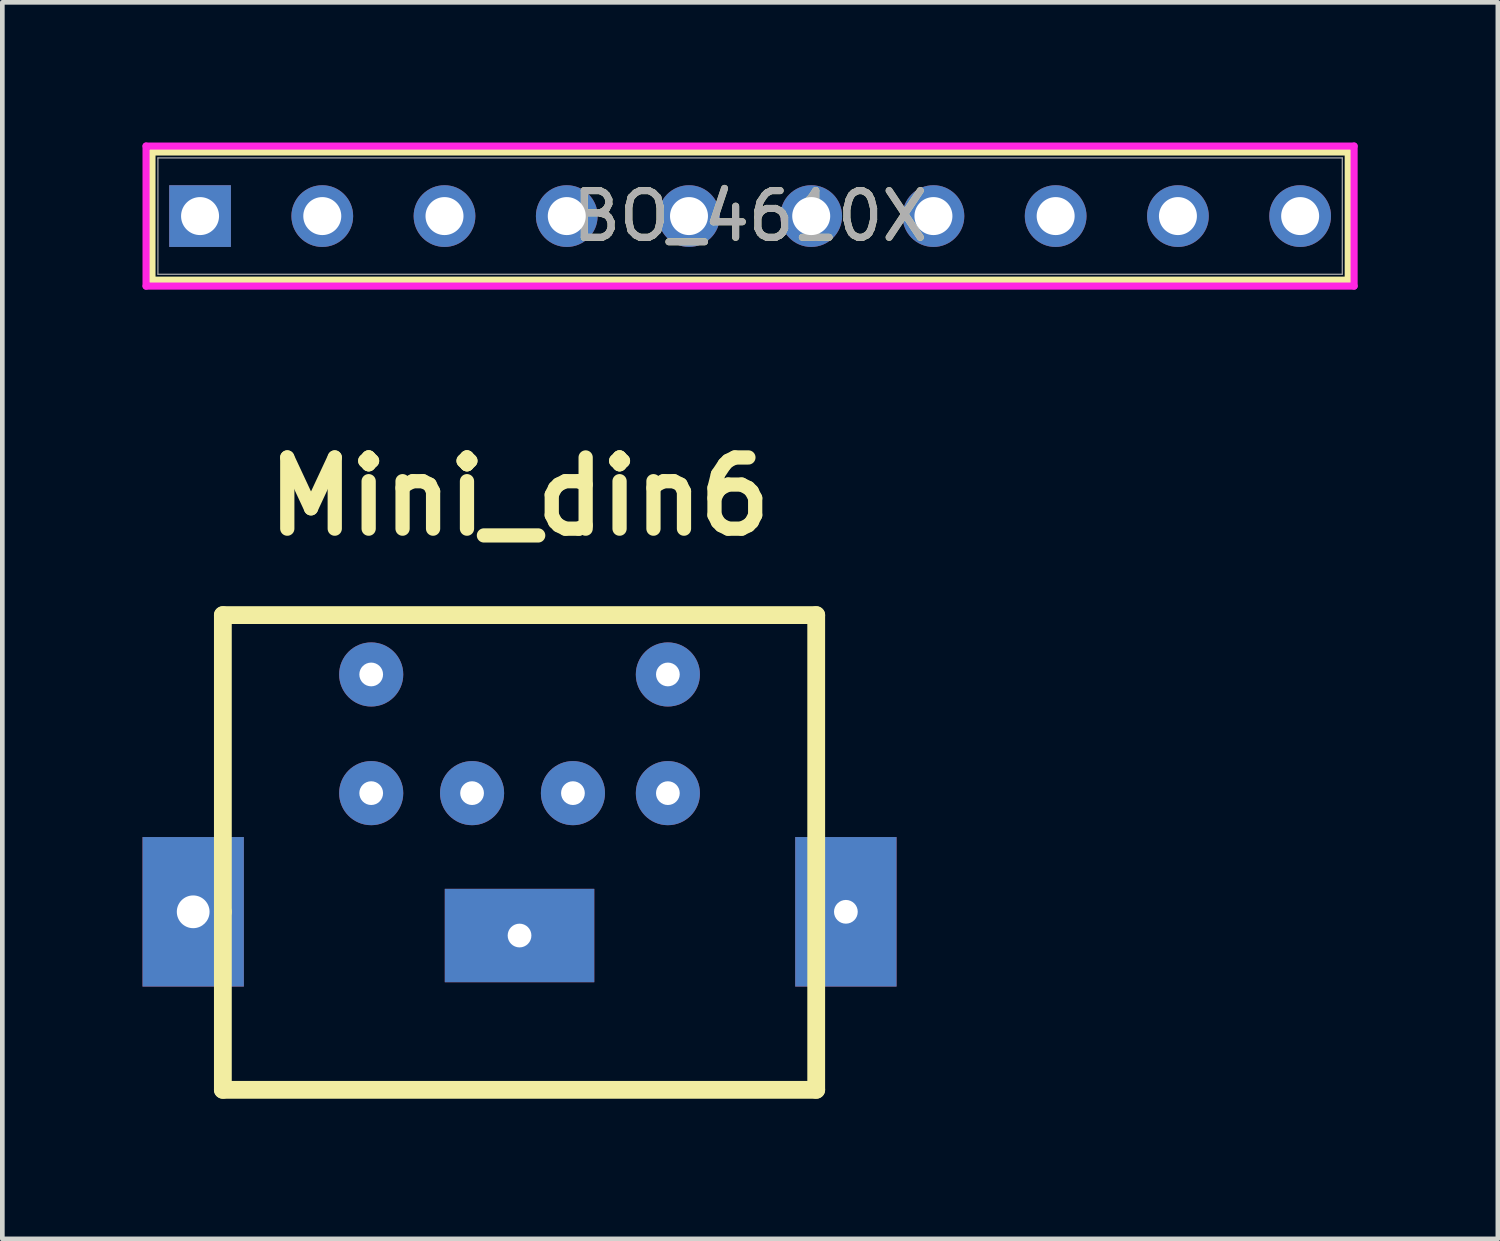
<source format=kicad_pcb>
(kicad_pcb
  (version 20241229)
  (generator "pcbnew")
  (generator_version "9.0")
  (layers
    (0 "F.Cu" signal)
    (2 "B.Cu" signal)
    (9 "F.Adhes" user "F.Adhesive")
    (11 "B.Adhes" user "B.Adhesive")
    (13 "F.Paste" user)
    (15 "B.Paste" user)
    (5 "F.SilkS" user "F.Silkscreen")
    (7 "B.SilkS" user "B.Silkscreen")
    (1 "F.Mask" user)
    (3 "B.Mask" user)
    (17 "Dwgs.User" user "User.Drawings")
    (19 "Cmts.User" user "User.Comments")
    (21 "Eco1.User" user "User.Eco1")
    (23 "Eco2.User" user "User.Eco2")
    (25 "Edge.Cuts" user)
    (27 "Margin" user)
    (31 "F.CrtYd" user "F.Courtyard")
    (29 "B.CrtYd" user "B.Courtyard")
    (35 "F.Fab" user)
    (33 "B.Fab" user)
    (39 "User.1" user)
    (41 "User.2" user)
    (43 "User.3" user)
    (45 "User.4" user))
  (footprint "BO_4610X"
    (layer "F.Cu")
    (at 1.232 1.575)
    (property "Reference" "BO_4610X" (at 11.773 0 0) (unlocked yes) (layer "F.SilkS") (effects (font (size 1 1) (thickness 0.15))))
    (attr through_hole)
    (fp_line (start -1.029 -1.372) (end -1.029 1.372) (stroke (width 0.152) (type solid)) (layer "F.SilkS"))
    (fp_line (start 24.575 -1.372) (end -1.029 -1.372) (stroke (width 0.152) (type solid)) (layer "F.SilkS"))
    (fp_line (start 24.575 -1.372) (end 24.575 1.372) (stroke (width 0.152) (type solid)) (layer "F.SilkS"))
    (fp_line (start 24.575 1.372) (end -1.029 1.372) (stroke (width 0.152) (type solid)) (layer "F.SilkS"))
    (fp_line (start -1.156 -1.499) (end -1.156 1.499) (stroke (width 0.152) (type solid)) (layer "F.CrtYd"))
    (fp_line (start -1.156 1.499) (end 24.701 1.499) (stroke (width 0.152) (type solid)) (layer "F.CrtYd"))
    (fp_line (start 24.701 -1.499) (end -1.156 -1.499) (stroke (width 0.152) (type solid)) (layer "F.CrtYd"))
    (fp_line (start 24.701 1.499) (end 24.701 -1.499) (stroke (width 0.152) (type solid)) (layer "F.CrtYd"))
    (fp_line (start -0.902 -1.245) (end -0.902 1.245) (stroke (width 0.025) (type solid)) (layer "F.Fab"))
    (fp_line (start 24.448 -1.245) (end -0.902 -1.245) (stroke (width 0.025) (type solid)) (layer "F.Fab"))
    (fp_line (start 24.448 -1.245) (end 24.448 1.245) (stroke (width 0.025) (type solid)) (layer "F.Fab"))
    (fp_line (start 24.448 1.245) (end -0.902 1.245) (stroke (width 0.025) (type solid)) (layer "F.Fab"))
    (fp_text user "${REFERENCE}" (at 11.773 0 0) (unlocked yes) (layer "F.Fab") (effects (font (size 1 1) (thickness 0.15))))
    (pad "1" thru_hole rect (at 0 0) (size 1.321 1.321) (drill 0.813) (layers "*.Cu" "*.Mask"))
    (pad "2" thru_hole circle (at 2.616 0) (size 1.321 1.321) (drill 0.813) (layers "*.Cu" "*.Mask"))
    (pad "3" thru_hole circle (at 5.232 0) (size 1.321 1.321) (drill 0.813) (layers "*.Cu" "*.Mask"))
    (pad "4" thru_hole circle (at 7.849 0) (size 1.321 1.321) (drill 0.813) (layers "*.Cu" "*.Mask"))
    (pad "5" thru_hole circle (at 10.465 0) (size 1.321 1.321) (drill 0.813) (layers "*.Cu" "*.Mask"))
    (pad "6" thru_hole circle (at 13.081 0) (size 1.321 1.321) (drill 0.813) (layers "*.Cu" "*.Mask"))
    (pad "7" thru_hole circle (at 15.697 0) (size 1.321 1.321) (drill 0.813) (layers "*.Cu" "*.Mask"))
    (pad "8" thru_hole circle (at 18.313 0) (size 1.321 1.321) (drill 0.813) (layers "*.Cu" "*.Mask"))
    (pad "9" thru_hole circle (at 20.93 0) (size 1.321 1.321) (drill 0.813) (layers "*.Cu" "*.Mask"))
    (pad "10" thru_hole circle (at 23.546 0) (size 1.321 1.321) (drill 0.813) (layers "*.Cu" "*.Mask")))
  (footprint "Mini_din6"
    (layer "F.Cu")
    (at 8.07 15.196)
    (property "Reference" "Mini_din6" (at 0 -7.62 0) (layer "F.SilkS") (effects (font (size 1.524 1.524) (thickness 0.305))))
    (attr through_hole)
    (fp_line (start -6.35 -5.08) (end 6.35 -5.08) (stroke (width 0.381) (type solid)) (layer "F.SilkS"))
    (fp_line (start -6.35 1.27) (end -6.35 -5.08) (stroke (width 0.381) (type solid)) (layer "F.SilkS"))
    (fp_line (start -6.35 5.08) (end -6.35 1.27) (stroke (width 0.381) (type solid)) (layer "F.SilkS"))
    (fp_line (start 6.35 -5.08) (end 6.35 5.08) (stroke (width 0.381) (type solid)) (layer "F.SilkS"))
    (fp_line (start 6.35 5.08) (end -6.35 5.08) (stroke (width 0.381) (type solid)) (layer "F.SilkS"))
    (pad "1" thru_hole circle (at 3.175 -3.81) (size 1.372 1.372) (drill 0.508) (layers "*.Cu" "*.Mask"))
    (pad "2" thru_hole circle (at 3.175 -1.27) (size 1.372 1.372) (drill 0.508) (layers "*.Cu" "*.Mask"))
    (pad "3" thru_hole circle (at 1.143 -1.27) (size 1.372 1.372) (drill 0.508) (layers "*.Cu" "*.Mask"))
    (pad "4" thru_hole circle (at -1.016 -1.27) (size 1.372 1.372) (drill 0.508) (layers "*.Cu" "*.Mask"))
    (pad "5" thru_hole circle (at -3.175 -1.27) (size 1.372 1.372) (drill 0.508) (layers "*.Cu" "*.Mask"))
    (pad "6" thru_hole circle (at -3.175 -3.81) (size 1.372 1.372) (drill 0.508) (layers "*.Cu" "*.Mask"))
    (pad "7" thru_hole rect (at -6.985 1.27) (size 2.169 3.2) (drill 0.701) (layers "*.Cu" "*.Mask"))
    (pad "7" thru_hole rect (at 0 1.778) (size 3.2 1.999) (drill 0.508) (layers "*.Cu" "*.Mask"))
    (pad "7" thru_hole rect (at 6.985 1.27) (size 2.169 3.2) (drill 0.508) (layers "*.Cu" "*.Mask")))
  (gr_rect
    (start -3 -3)
    (end 29.01 23.467)
    (stroke (width 0.1) (type default))
    (fill no)
    (layer "Edge.Cuts")))
</source>
